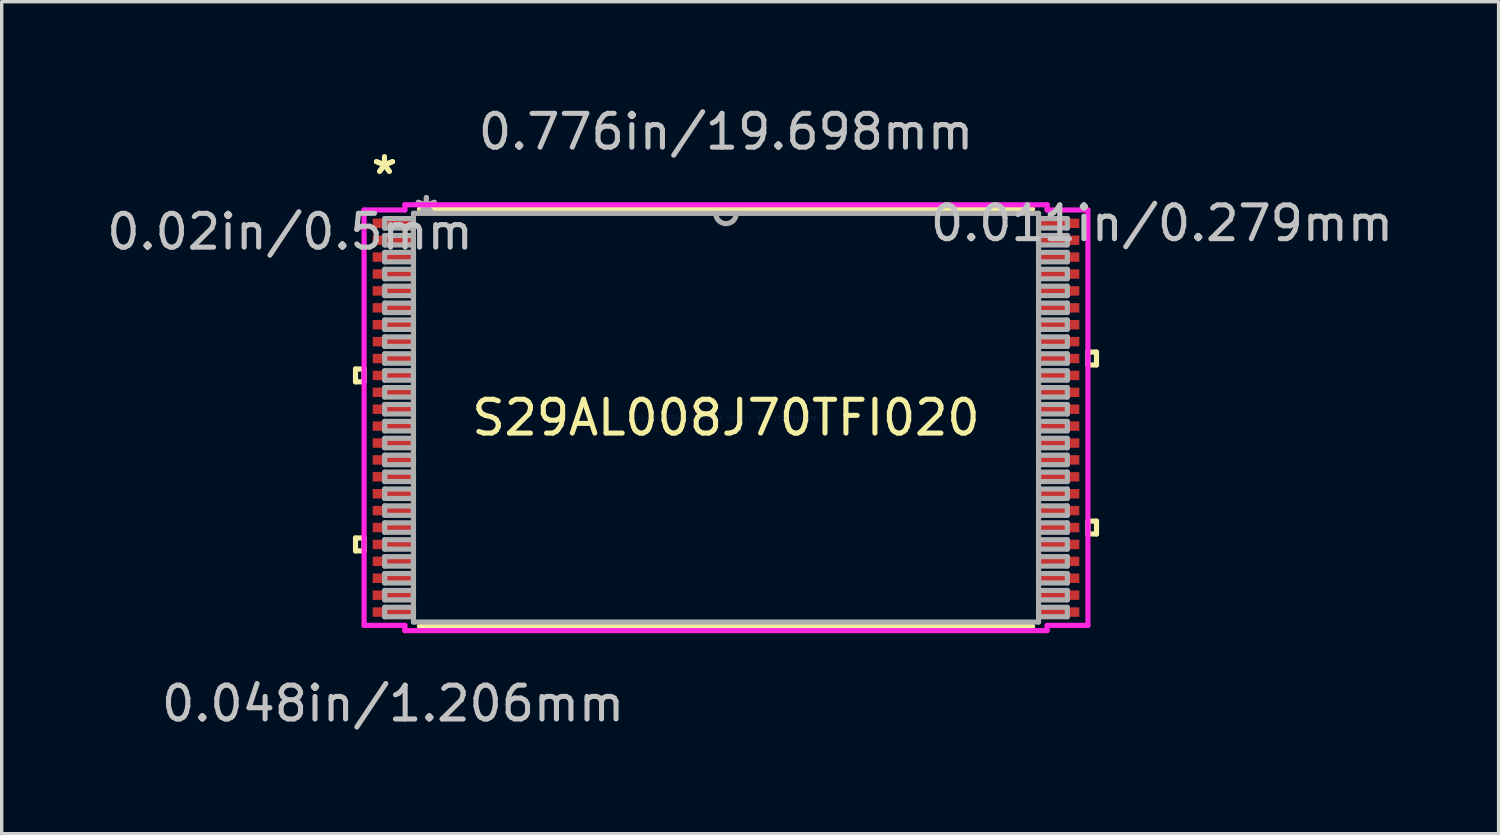
<source format=kicad_pcb>
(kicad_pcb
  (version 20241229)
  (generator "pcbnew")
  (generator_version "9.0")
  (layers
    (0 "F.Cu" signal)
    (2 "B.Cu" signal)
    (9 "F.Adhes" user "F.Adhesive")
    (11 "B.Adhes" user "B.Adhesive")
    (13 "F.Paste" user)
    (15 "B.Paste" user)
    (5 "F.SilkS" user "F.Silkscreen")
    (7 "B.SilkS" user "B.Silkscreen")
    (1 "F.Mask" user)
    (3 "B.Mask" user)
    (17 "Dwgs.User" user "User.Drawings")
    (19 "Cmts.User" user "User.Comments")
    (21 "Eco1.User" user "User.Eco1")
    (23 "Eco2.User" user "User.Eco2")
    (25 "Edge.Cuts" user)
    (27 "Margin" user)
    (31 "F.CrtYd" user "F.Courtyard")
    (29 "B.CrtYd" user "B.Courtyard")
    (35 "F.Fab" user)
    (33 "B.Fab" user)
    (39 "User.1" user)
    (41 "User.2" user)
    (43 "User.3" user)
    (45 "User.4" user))
  (footprint "S29AL008J70TFI020"
    (layer "F.Cu")
    (at 18.427 9.306)
    (property "Reference" "S29AL008J70TFI020" (at 0 0 0) (layer "F.SilkS") (effects (font (size 1 1) (thickness 0.15))))
    (attr through_hole)
    (fp_line (start -10.96 -1.44) (end -10.96 -1.06) (stroke (width 0.152) (type solid)) (layer "F.SilkS"))
    (fp_line (start -10.96 -1.06) (end -10.706 -1.06) (stroke (width 0.152) (type solid)) (layer "F.SilkS"))
    (fp_line (start -10.96 3.559) (end -10.96 3.941) (stroke (width 0.152) (type solid)) (layer "F.SilkS"))
    (fp_line (start -10.96 3.941) (end -10.706 3.941) (stroke (width 0.152) (type solid)) (layer "F.SilkS"))
    (fp_line (start -10.706 -1.44) (end -10.96 -1.44) (stroke (width 0.152) (type solid)) (layer "F.SilkS"))
    (fp_line (start -10.706 -1.06) (end -10.706 -1.44) (stroke (width 0.152) (type solid)) (layer "F.SilkS"))
    (fp_line (start -10.706 3.559) (end -10.96 3.559) (stroke (width 0.152) (type solid)) (layer "F.SilkS"))
    (fp_line (start -10.706 3.941) (end -10.706 3.559) (stroke (width 0.152) (type solid)) (layer "F.SilkS"))
    (fp_line (start -9.07 6.172) (end 9.07 6.172) (stroke (width 0.152) (type solid)) (layer "F.SilkS"))
    (fp_line (start 9.07 -6.172) (end -9.07 -6.172) (stroke (width 0.152) (type solid)) (layer "F.SilkS"))
    (fp_line (start 10.706 -1.941) (end 10.96 -1.941) (stroke (width 0.152) (type solid)) (layer "F.SilkS"))
    (fp_line (start 10.706 -1.56) (end 10.706 -1.941) (stroke (width 0.152) (type solid)) (layer "F.SilkS"))
    (fp_line (start 10.706 3.06) (end 10.96 3.06) (stroke (width 0.152) (type solid)) (layer "F.SilkS"))
    (fp_line (start 10.706 3.441) (end 10.706 3.06) (stroke (width 0.152) (type solid)) (layer "F.SilkS"))
    (fp_line (start 10.96 -1.941) (end 10.96 -1.56) (stroke (width 0.152) (type solid)) (layer "F.SilkS"))
    (fp_line (start 10.96 -1.56) (end 10.706 -1.56) (stroke (width 0.152) (type solid)) (layer "F.SilkS"))
    (fp_line (start 10.96 3.06) (end 10.96 3.441) (stroke (width 0.152) (type solid)) (layer "F.SilkS"))
    (fp_line (start 10.96 3.441) (end 10.706 3.441) (stroke (width 0.152) (type solid)) (layer "F.SilkS"))
    (fp_line (start -10.706 -6.144) (end -9.5 -6.144) (stroke (width 0.152) (type solid)) (layer "F.CrtYd"))
    (fp_line (start -10.706 6.144) (end -10.706 -6.144) (stroke (width 0.152) (type solid)) (layer "F.CrtYd"))
    (fp_line (start -9.5 -6.299) (end 9.5 -6.299) (stroke (width 0.152) (type solid)) (layer "F.CrtYd"))
    (fp_line (start -9.5 -6.144) (end -9.5 -6.299) (stroke (width 0.152) (type solid)) (layer "F.CrtYd"))
    (fp_line (start -9.5 6.144) (end -10.706 6.144) (stroke (width 0.152) (type solid)) (layer "F.CrtYd"))
    (fp_line (start -9.5 6.299) (end -9.5 6.144) (stroke (width 0.152) (type solid)) (layer "F.CrtYd"))
    (fp_line (start 9.5 -6.299) (end 9.5 -6.144) (stroke (width 0.152) (type solid)) (layer "F.CrtYd"))
    (fp_line (start 9.5 -6.144) (end 10.706 -6.144) (stroke (width 0.152) (type solid)) (layer "F.CrtYd"))
    (fp_line (start 9.5 6.144) (end 9.5 6.299) (stroke (width 0.152) (type solid)) (layer "F.CrtYd"))
    (fp_line (start 9.5 6.299) (end -9.5 6.299) (stroke (width 0.152) (type solid)) (layer "F.CrtYd"))
    (fp_line (start 10.706 -6.144) (end 10.706 6.144) (stroke (width 0.152) (type solid)) (layer "F.CrtYd"))
    (fp_line (start 10.706 6.144) (end 9.5 6.144) (stroke (width 0.152) (type solid)) (layer "F.CrtYd"))
    (fp_line (start -10.097 -5.89) (end -10.097 -5.61) (stroke (width 0.152) (type solid)) (layer "F.Fab"))
    (fp_line (start -10.097 -5.61) (end -9.246 -5.61) (stroke (width 0.152) (type solid)) (layer "F.Fab"))
    (fp_line (start -10.097 -5.39) (end -10.097 -5.11) (stroke (width 0.152) (type solid)) (layer "F.Fab"))
    (fp_line (start -10.097 -5.11) (end -9.246 -5.11) (stroke (width 0.152) (type solid)) (layer "F.Fab"))
    (fp_line (start -10.097 -4.89) (end -10.097 -4.61) (stroke (width 0.152) (type solid)) (layer "F.Fab"))
    (fp_line (start -10.097 -4.61) (end -9.246 -4.61) (stroke (width 0.152) (type solid)) (layer "F.Fab"))
    (fp_line (start -10.097 -4.39) (end -10.097 -4.11) (stroke (width 0.152) (type solid)) (layer "F.Fab"))
    (fp_line (start -10.097 -4.11) (end -9.246 -4.11) (stroke (width 0.152) (type solid)) (layer "F.Fab"))
    (fp_line (start -10.097 -3.89) (end -10.097 -3.61) (stroke (width 0.152) (type solid)) (layer "F.Fab"))
    (fp_line (start -10.097 -3.61) (end -9.246 -3.61) (stroke (width 0.152) (type solid)) (layer "F.Fab"))
    (fp_line (start -10.097 -3.39) (end -10.097 -3.11) (stroke (width 0.152) (type solid)) (layer "F.Fab"))
    (fp_line (start -10.097 -3.11) (end -9.246 -3.11) (stroke (width 0.152) (type solid)) (layer "F.Fab"))
    (fp_line (start -10.097 -2.89) (end -10.097 -2.61) (stroke (width 0.152) (type solid)) (layer "F.Fab"))
    (fp_line (start -10.097 -2.61) (end -9.246 -2.61) (stroke (width 0.152) (type solid)) (layer "F.Fab"))
    (fp_line (start -10.097 -2.39) (end -10.097 -2.11) (stroke (width 0.152) (type solid)) (layer "F.Fab"))
    (fp_line (start -10.097 -2.11) (end -9.246 -2.11) (stroke (width 0.152) (type solid)) (layer "F.Fab"))
    (fp_line (start -10.097 -1.89) (end -10.097 -1.61) (stroke (width 0.152) (type solid)) (layer "F.Fab"))
    (fp_line (start -10.097 -1.61) (end -9.246 -1.61) (stroke (width 0.152) (type solid)) (layer "F.Fab"))
    (fp_line (start -10.097 -1.39) (end -10.097 -1.11) (stroke (width 0.152) (type solid)) (layer "F.Fab"))
    (fp_line (start -10.097 -1.11) (end -9.246 -1.11) (stroke (width 0.152) (type solid)) (layer "F.Fab"))
    (fp_line (start -10.097 -0.89) (end -10.097 -0.61) (stroke (width 0.152) (type solid)) (layer "F.Fab"))
    (fp_line (start -10.097 -0.61) (end -9.246 -0.61) (stroke (width 0.152) (type solid)) (layer "F.Fab"))
    (fp_line (start -10.097 -0.39) (end -10.097 -0.11) (stroke (width 0.152) (type solid)) (layer "F.Fab"))
    (fp_line (start -10.097 -0.11) (end -9.246 -0.11) (stroke (width 0.152) (type solid)) (layer "F.Fab"))
    (fp_line (start -10.097 0.11) (end -10.097 0.39) (stroke (width 0.152) (type solid)) (layer "F.Fab"))
    (fp_line (start -10.097 0.39) (end -9.246 0.39) (stroke (width 0.152) (type solid)) (layer "F.Fab"))
    (fp_line (start -10.097 0.61) (end -10.097 0.89) (stroke (width 0.152) (type solid)) (layer "F.Fab"))
    (fp_line (start -10.097 0.89) (end -9.246 0.89) (stroke (width 0.152) (type solid)) (layer "F.Fab"))
    (fp_line (start -10.097 1.11) (end -10.097 1.39) (stroke (width 0.152) (type solid)) (layer "F.Fab"))
    (fp_line (start -10.097 1.39) (end -9.246 1.39) (stroke (width 0.152) (type solid)) (layer "F.Fab"))
    (fp_line (start -10.097 1.61) (end -10.097 1.89) (stroke (width 0.152) (type solid)) (layer "F.Fab"))
    (fp_line (start -10.097 1.89) (end -9.246 1.89) (stroke (width 0.152) (type solid)) (layer "F.Fab"))
    (fp_line (start -10.097 2.11) (end -10.097 2.39) (stroke (width 0.152) (type solid)) (layer "F.Fab"))
    (fp_line (start -10.097 2.39) (end -9.246 2.39) (stroke (width 0.152) (type solid)) (layer "F.Fab"))
    (fp_line (start -10.097 2.61) (end -10.097 2.89) (stroke (width 0.152) (type solid)) (layer "F.Fab"))
    (fp_line (start -10.097 2.89) (end -9.246 2.89) (stroke (width 0.152) (type solid)) (layer "F.Fab"))
    (fp_line (start -10.097 3.11) (end -10.097 3.39) (stroke (width 0.152) (type solid)) (layer "F.Fab"))
    (fp_line (start -10.097 3.39) (end -9.246 3.39) (stroke (width 0.152) (type solid)) (layer "F.Fab"))
    (fp_line (start -10.097 3.61) (end -10.097 3.89) (stroke (width 0.152) (type solid)) (layer "F.Fab"))
    (fp_line (start -10.097 3.89) (end -9.246 3.89) (stroke (width 0.152) (type solid)) (layer "F.Fab"))
    (fp_line (start -10.097 4.11) (end -10.097 4.39) (stroke (width 0.152) (type solid)) (layer "F.Fab"))
    (fp_line (start -10.097 4.39) (end -9.246 4.39) (stroke (width 0.152) (type solid)) (layer "F.Fab"))
    (fp_line (start -10.097 4.61) (end -10.097 4.89) (stroke (width 0.152) (type solid)) (layer "F.Fab"))
    (fp_line (start -10.097 4.89) (end -9.246 4.89) (stroke (width 0.152) (type solid)) (layer "F.Fab"))
    (fp_line (start -10.097 5.11) (end -10.097 5.39) (stroke (width 0.152) (type solid)) (layer "F.Fab"))
    (fp_line (start -10.097 5.39) (end -9.246 5.39) (stroke (width 0.152) (type solid)) (layer "F.Fab"))
    (fp_line (start -10.097 5.61) (end -10.097 5.89) (stroke (width 0.152) (type solid)) (layer "F.Fab"))
    (fp_line (start -10.097 5.89) (end -9.246 5.89) (stroke (width 0.152) (type solid)) (layer "F.Fab"))
    (fp_line (start -9.246 -6.045) (end -9.246 6.045) (stroke (width 0.152) (type solid)) (layer "F.Fab"))
    (fp_line (start -9.246 -5.89) (end -10.097 -5.89) (stroke (width 0.152) (type solid)) (layer "F.Fab"))
    (fp_line (start -9.246 -5.61) (end -9.246 -5.89) (stroke (width 0.152) (type solid)) (layer "F.Fab"))
    (fp_line (start -9.246 -5.39) (end -10.097 -5.39) (stroke (width 0.152) (type solid)) (layer "F.Fab"))
    (fp_line (start -9.246 -5.11) (end -9.246 -5.39) (stroke (width 0.152) (type solid)) (layer "F.Fab"))
    (fp_line (start -9.246 -4.89) (end -10.097 -4.89) (stroke (width 0.152) (type solid)) (layer "F.Fab"))
    (fp_line (start -9.246 -4.61) (end -9.246 -4.89) (stroke (width 0.152) (type solid)) (layer "F.Fab"))
    (fp_line (start -9.246 -4.39) (end -10.097 -4.39) (stroke (width 0.152) (type solid)) (layer "F.Fab"))
    (fp_line (start -9.246 -4.11) (end -9.246 -4.39) (stroke (width 0.152) (type solid)) (layer "F.Fab"))
    (fp_line (start -9.246 -3.89) (end -10.097 -3.89) (stroke (width 0.152) (type solid)) (layer "F.Fab"))
    (fp_line (start -9.246 -3.61) (end -9.246 -3.89) (stroke (width 0.152) (type solid)) (layer "F.Fab"))
    (fp_line (start -9.246 -3.39) (end -10.097 -3.39) (stroke (width 0.152) (type solid)) (layer "F.Fab"))
    (fp_line (start -9.246 -3.11) (end -9.246 -3.39) (stroke (width 0.152) (type solid)) (layer "F.Fab"))
    (fp_line (start -9.246 -2.89) (end -10.097 -2.89) (stroke (width 0.152) (type solid)) (layer "F.Fab"))
    (fp_line (start -9.246 -2.61) (end -9.246 -2.89) (stroke (width 0.152) (type solid)) (layer "F.Fab"))
    (fp_line (start -9.246 -2.39) (end -10.097 -2.39) (stroke (width 0.152) (type solid)) (layer "F.Fab"))
    (fp_line (start -9.246 -2.11) (end -9.246 -2.39) (stroke (width 0.152) (type solid)) (layer "F.Fab"))
    (fp_line (start -9.246 -1.89) (end -10.097 -1.89) (stroke (width 0.152) (type solid)) (layer "F.Fab"))
    (fp_line (start -9.246 -1.61) (end -9.246 -1.89) (stroke (width 0.152) (type solid)) (layer "F.Fab"))
    (fp_line (start -9.246 -1.39) (end -10.097 -1.39) (stroke (width 0.152) (type solid)) (layer "F.Fab"))
    (fp_line (start -9.246 -1.11) (end -9.246 -1.39) (stroke (width 0.152) (type solid)) (layer "F.Fab"))
    (fp_line (start -9.246 -0.89) (end -10.097 -0.89) (stroke (width 0.152) (type solid)) (layer "F.Fab"))
    (fp_line (start -9.246 -0.61) (end -9.246 -0.89) (stroke (width 0.152) (type solid)) (layer "F.Fab"))
    (fp_line (start -9.246 -0.39) (end -10.097 -0.39) (stroke (width 0.152) (type solid)) (layer "F.Fab"))
    (fp_line (start -9.246 -0.11) (end -9.246 -0.39) (stroke (width 0.152) (type solid)) (layer "F.Fab"))
    (fp_line (start -9.246 0.11) (end -10.097 0.11) (stroke (width 0.152) (type solid)) (layer "F.Fab"))
    (fp_line (start -9.246 0.39) (end -9.246 0.11) (stroke (width 0.152) (type solid)) (layer "F.Fab"))
    (fp_line (start -9.246 0.61) (end -10.097 0.61) (stroke (width 0.152) (type solid)) (layer "F.Fab"))
    (fp_line (start -9.246 0.89) (end -9.246 0.61) (stroke (width 0.152) (type solid)) (layer "F.Fab"))
    (fp_line (start -9.246 1.11) (end -10.097 1.11) (stroke (width 0.152) (type solid)) (layer "F.Fab"))
    (fp_line (start -9.246 1.39) (end -9.246 1.11) (stroke (width 0.152) (type solid)) (layer "F.Fab"))
    (fp_line (start -9.246 1.61) (end -10.097 1.61) (stroke (width 0.152) (type solid)) (layer "F.Fab"))
    (fp_line (start -9.246 1.89) (end -9.246 1.61) (stroke (width 0.152) (type solid)) (layer "F.Fab"))
    (fp_line (start -9.246 2.11) (end -10.097 2.11) (stroke (width 0.152) (type solid)) (layer "F.Fab"))
    (fp_line (start -9.246 2.39) (end -9.246 2.11) (stroke (width 0.152) (type solid)) (layer "F.Fab"))
    (fp_line (start -9.246 2.61) (end -10.097 2.61) (stroke (width 0.152) (type solid)) (layer "F.Fab"))
    (fp_line (start -9.246 2.89) (end -9.246 2.61) (stroke (width 0.152) (type solid)) (layer "F.Fab"))
    (fp_line (start -9.246 3.11) (end -10.097 3.11) (stroke (width 0.152) (type solid)) (layer "F.Fab"))
    (fp_line (start -9.246 3.39) (end -9.246 3.11) (stroke (width 0.152) (type solid)) (layer "F.Fab"))
    (fp_line (start -9.246 3.61) (end -10.097 3.61) (stroke (width 0.152) (type solid)) (layer "F.Fab"))
    (fp_line (start -9.246 3.89) (end -9.246 3.61) (stroke (width 0.152) (type solid)) (layer "F.Fab"))
    (fp_line (start -9.246 4.11) (end -10.097 4.11) (stroke (width 0.152) (type solid)) (layer "F.Fab"))
    (fp_line (start -9.246 4.39) (end -9.246 4.11) (stroke (width 0.152) (type solid)) (layer "F.Fab"))
    (fp_line (start -9.246 4.61) (end -10.097 4.61) (stroke (width 0.152) (type solid)) (layer "F.Fab"))
    (fp_line (start -9.246 4.89) (end -9.246 4.61) (stroke (width 0.152) (type solid)) (layer "F.Fab"))
    (fp_line (start -9.246 5.11) (end -10.097 5.11) (stroke (width 0.152) (type solid)) (layer "F.Fab"))
    (fp_line (start -9.246 5.39) (end -9.246 5.11) (stroke (width 0.152) (type solid)) (layer "F.Fab"))
    (fp_line (start -9.246 5.61) (end -10.097 5.61) (stroke (width 0.152) (type solid)) (layer "F.Fab"))
    (fp_line (start -9.246 5.89) (end -9.246 5.61) (stroke (width 0.152) (type solid)) (layer "F.Fab"))
    (fp_line (start -9.246 6.045) (end 9.246 6.045) (stroke (width 0.152) (type solid)) (layer "F.Fab"))
    (fp_line (start 9.246 -6.045) (end -9.246 -6.045) (stroke (width 0.152) (type solid)) (layer "F.Fab"))
    (fp_line (start 9.246 -5.89) (end 9.246 -5.61) (stroke (width 0.152) (type solid)) (layer "F.Fab"))
    (fp_line (start 9.246 -5.61) (end 10.097 -5.61) (stroke (width 0.152) (type solid)) (layer "F.Fab"))
    (fp_line (start 9.246 -5.39) (end 9.246 -5.11) (stroke (width 0.152) (type solid)) (layer "F.Fab"))
    (fp_line (start 9.246 -5.11) (end 10.097 -5.11) (stroke (width 0.152) (type solid)) (layer "F.Fab"))
    (fp_line (start 9.246 -4.89) (end 9.246 -4.61) (stroke (width 0.152) (type solid)) (layer "F.Fab"))
    (fp_line (start 9.246 -4.61) (end 10.097 -4.61) (stroke (width 0.152) (type solid)) (layer "F.Fab"))
    (fp_line (start 9.246 -4.39) (end 9.246 -4.11) (stroke (width 0.152) (type solid)) (layer "F.Fab"))
    (fp_line (start 9.246 -4.11) (end 10.097 -4.11) (stroke (width 0.152) (type solid)) (layer "F.Fab"))
    (fp_line (start 9.246 -3.89) (end 9.246 -3.61) (stroke (width 0.152) (type solid)) (layer "F.Fab"))
    (fp_line (start 9.246 -3.61) (end 10.097 -3.61) (stroke (width 0.152) (type solid)) (layer "F.Fab"))
    (fp_line (start 9.246 -3.39) (end 9.246 -3.11) (stroke (width 0.152) (type solid)) (layer "F.Fab"))
    (fp_line (start 9.246 -3.11) (end 10.097 -3.11) (stroke (width 0.152) (type solid)) (layer "F.Fab"))
    (fp_line (start 9.246 -2.89) (end 9.246 -2.61) (stroke (width 0.152) (type solid)) (layer "F.Fab"))
    (fp_line (start 9.246 -2.61) (end 10.097 -2.61) (stroke (width 0.152) (type solid)) (layer "F.Fab"))
    (fp_line (start 9.246 -2.39) (end 9.246 -2.11) (stroke (width 0.152) (type solid)) (layer "F.Fab"))
    (fp_line (start 9.246 -2.11) (end 10.097 -2.11) (stroke (width 0.152) (type solid)) (layer "F.Fab"))
    (fp_line (start 9.246 -1.89) (end 9.246 -1.61) (stroke (width 0.152) (type solid)) (layer "F.Fab"))
    (fp_line (start 9.246 -1.61) (end 10.097 -1.61) (stroke (width 0.152) (type solid)) (layer "F.Fab"))
    (fp_line (start 9.246 -1.39) (end 9.246 -1.11) (stroke (width 0.152) (type solid)) (layer "F.Fab"))
    (fp_line (start 9.246 -1.11) (end 10.097 -1.11) (stroke (width 0.152) (type solid)) (layer "F.Fab"))
    (fp_line (start 9.246 -0.89) (end 9.246 -0.61) (stroke (width 0.152) (type solid)) (layer "F.Fab"))
    (fp_line (start 9.246 -0.61) (end 10.097 -0.61) (stroke (width 0.152) (type solid)) (layer "F.Fab"))
    (fp_line (start 9.246 -0.39) (end 9.246 -0.11) (stroke (width 0.152) (type solid)) (layer "F.Fab"))
    (fp_line (start 9.246 -0.11) (end 10.097 -0.11) (stroke (width 0.152) (type solid)) (layer "F.Fab"))
    (fp_line (start 9.246 0.11) (end 9.246 0.39) (stroke (width 0.152) (type solid)) (layer "F.Fab"))
    (fp_line (start 9.246 0.39) (end 10.097 0.39) (stroke (width 0.152) (type solid)) (layer "F.Fab"))
    (fp_line (start 9.246 0.61) (end 9.246 0.89) (stroke (width 0.152) (type solid)) (layer "F.Fab"))
    (fp_line (start 9.246 0.89) (end 10.097 0.89) (stroke (width 0.152) (type solid)) (layer "F.Fab"))
    (fp_line (start 9.246 1.11) (end 9.246 1.39) (stroke (width 0.152) (type solid)) (layer "F.Fab"))
    (fp_line (start 9.246 1.39) (end 10.097 1.39) (stroke (width 0.152) (type solid)) (layer "F.Fab"))
    (fp_line (start 9.246 1.61) (end 9.246 1.89) (stroke (width 0.152) (type solid)) (layer "F.Fab"))
    (fp_line (start 9.246 1.89) (end 10.097 1.89) (stroke (width 0.152) (type solid)) (layer "F.Fab"))
    (fp_line (start 9.246 2.11) (end 9.246 2.39) (stroke (width 0.152) (type solid)) (layer "F.Fab"))
    (fp_line (start 9.246 2.39) (end 10.097 2.39) (stroke (width 0.152) (type solid)) (layer "F.Fab"))
    (fp_line (start 9.246 2.61) (end 9.246 2.89) (stroke (width 0.152) (type solid)) (layer "F.Fab"))
    (fp_line (start 9.246 2.89) (end 10.097 2.89) (stroke (width 0.152) (type solid)) (layer "F.Fab"))
    (fp_line (start 9.246 3.11) (end 9.246 3.39) (stroke (width 0.152) (type solid)) (layer "F.Fab"))
    (fp_line (start 9.246 3.39) (end 10.097 3.39) (stroke (width 0.152) (type solid)) (layer "F.Fab"))
    (fp_line (start 9.246 3.61) (end 9.246 3.89) (stroke (width 0.152) (type solid)) (layer "F.Fab"))
    (fp_line (start 9.246 3.89) (end 10.097 3.89) (stroke (width 0.152) (type solid)) (layer "F.Fab"))
    (fp_line (start 9.246 4.11) (end 9.246 4.39) (stroke (width 0.152) (type solid)) (layer "F.Fab"))
    (fp_line (start 9.246 4.39) (end 10.097 4.39) (stroke (width 0.152) (type solid)) (layer "F.Fab"))
    (fp_line (start 9.246 4.61) (end 9.246 4.89) (stroke (width 0.152) (type solid)) (layer "F.Fab"))
    (fp_line (start 9.246 4.89) (end 10.097 4.89) (stroke (width 0.152) (type solid)) (layer "F.Fab"))
    (fp_line (start 9.246 5.11) (end 9.246 5.39) (stroke (width 0.152) (type solid)) (layer "F.Fab"))
    (fp_line (start 9.246 5.39) (end 10.097 5.39) (stroke (width 0.152) (type solid)) (layer "F.Fab"))
    (fp_line (start 9.246 5.61) (end 9.246 5.89) (stroke (width 0.152) (type solid)) (layer "F.Fab"))
    (fp_line (start 9.246 5.89) (end 10.097 5.89) (stroke (width 0.152) (type solid)) (layer "F.Fab"))
    (fp_line (start 9.246 6.045) (end 9.246 -6.045) (stroke (width 0.152) (type solid)) (layer "F.Fab"))
    (fp_line (start 10.097 -5.89) (end 9.246 -5.89) (stroke (width 0.152) (type solid)) (layer "F.Fab"))
    (fp_line (start 10.097 -5.61) (end 10.097 -5.89) (stroke (width 0.152) (type solid)) (layer "F.Fab"))
    (fp_line (start 10.097 -5.39) (end 9.246 -5.39) (stroke (width 0.152) (type solid)) (layer "F.Fab"))
    (fp_line (start 10.097 -5.11) (end 10.097 -5.39) (stroke (width 0.152) (type solid)) (layer "F.Fab"))
    (fp_line (start 10.097 -4.89) (end 9.246 -4.89) (stroke (width 0.152) (type solid)) (layer "F.Fab"))
    (fp_line (start 10.097 -4.61) (end 10.097 -4.89) (stroke (width 0.152) (type solid)) (layer "F.Fab"))
    (fp_line (start 10.097 -4.39) (end 9.246 -4.39) (stroke (width 0.152) (type solid)) (layer "F.Fab"))
    (fp_line (start 10.097 -4.11) (end 10.097 -4.39) (stroke (width 0.152) (type solid)) (layer "F.Fab"))
    (fp_line (start 10.097 -3.89) (end 9.246 -3.89) (stroke (width 0.152) (type solid)) (layer "F.Fab"))
    (fp_line (start 10.097 -3.61) (end 10.097 -3.89) (stroke (width 0.152) (type solid)) (layer "F.Fab"))
    (fp_line (start 10.097 -3.39) (end 9.246 -3.39) (stroke (width 0.152) (type solid)) (layer "F.Fab"))
    (fp_line (start 10.097 -3.11) (end 10.097 -3.39) (stroke (width 0.152) (type solid)) (layer "F.Fab"))
    (fp_line (start 10.097 -2.89) (end 9.246 -2.89) (stroke (width 0.152) (type solid)) (layer "F.Fab"))
    (fp_line (start 10.097 -2.61) (end 10.097 -2.89) (stroke (width 0.152) (type solid)) (layer "F.Fab"))
    (fp_line (start 10.097 -2.39) (end 9.246 -2.39) (stroke (width 0.152) (type solid)) (layer "F.Fab"))
    (fp_line (start 10.097 -2.11) (end 10.097 -2.39) (stroke (width 0.152) (type solid)) (layer "F.Fab"))
    (fp_line (start 10.097 -1.89) (end 9.246 -1.89) (stroke (width 0.152) (type solid)) (layer "F.Fab"))
    (fp_line (start 10.097 -1.61) (end 10.097 -1.89) (stroke (width 0.152) (type solid)) (layer "F.Fab"))
    (fp_line (start 10.097 -1.39) (end 9.246 -1.39) (stroke (width 0.152) (type solid)) (layer "F.Fab"))
    (fp_line (start 10.097 -1.11) (end 10.097 -1.39) (stroke (width 0.152) (type solid)) (layer "F.Fab"))
    (fp_line (start 10.097 -0.89) (end 9.246 -0.89) (stroke (width 0.152) (type solid)) (layer "F.Fab"))
    (fp_line (start 10.097 -0.61) (end 10.097 -0.89) (stroke (width 0.152) (type solid)) (layer "F.Fab"))
    (fp_line (start 10.097 -0.39) (end 9.246 -0.39) (stroke (width 0.152) (type solid)) (layer "F.Fab"))
    (fp_line (start 10.097 -0.11) (end 10.097 -0.39) (stroke (width 0.152) (type solid)) (layer "F.Fab"))
    (fp_line (start 10.097 0.11) (end 9.246 0.11) (stroke (width 0.152) (type solid)) (layer "F.Fab"))
    (fp_line (start 10.097 0.39) (end 10.097 0.11) (stroke (width 0.152) (type solid)) (layer "F.Fab"))
    (fp_line (start 10.097 0.61) (end 9.246 0.61) (stroke (width 0.152) (type solid)) (layer "F.Fab"))
    (fp_line (start 10.097 0.89) (end 10.097 0.61) (stroke (width 0.152) (type solid)) (layer "F.Fab"))
    (fp_line (start 10.097 1.11) (end 9.246 1.11) (stroke (width 0.152) (type solid)) (layer "F.Fab"))
    (fp_line (start 10.097 1.39) (end 10.097 1.11) (stroke (width 0.152) (type solid)) (layer "F.Fab"))
    (fp_line (start 10.097 1.61) (end 9.246 1.61) (stroke (width 0.152) (type solid)) (layer "F.Fab"))
    (fp_line (start 10.097 1.89) (end 10.097 1.61) (stroke (width 0.152) (type solid)) (layer "F.Fab"))
    (fp_line (start 10.097 2.11) (end 9.246 2.11) (stroke (width 0.152) (type solid)) (layer "F.Fab"))
    (fp_line (start 10.097 2.39) (end 10.097 2.11) (stroke (width 0.152) (type solid)) (layer "F.Fab"))
    (fp_line (start 10.097 2.61) (end 9.246 2.61) (stroke (width 0.152) (type solid)) (layer "F.Fab"))
    (fp_line (start 10.097 2.89) (end 10.097 2.61) (stroke (width 0.152) (type solid)) (layer "F.Fab"))
    (fp_line (start 10.097 3.11) (end 9.246 3.11) (stroke (width 0.152) (type solid)) (layer "F.Fab"))
    (fp_line (start 10.097 3.39) (end 10.097 3.11) (stroke (width 0.152) (type solid)) (layer "F.Fab"))
    (fp_line (start 10.097 3.61) (end 9.246 3.61) (stroke (width 0.152) (type solid)) (layer "F.Fab"))
    (fp_line (start 10.097 3.89) (end 10.097 3.61) (stroke (width 0.152) (type solid)) (layer "F.Fab"))
    (fp_line (start 10.097 4.11) (end 9.246 4.11) (stroke (width 0.152) (type solid)) (layer "F.Fab"))
    (fp_line (start 10.097 4.39) (end 10.097 4.11) (stroke (width 0.152) (type solid)) (layer "F.Fab"))
    (fp_line (start 10.097 4.61) (end 9.246 4.61) (stroke (width 0.152) (type solid)) (layer "F.Fab"))
    (fp_line (start 10.097 4.89) (end 10.097 4.61) (stroke (width 0.152) (type solid)) (layer "F.Fab"))
    (fp_line (start 10.097 5.11) (end 9.246 5.11) (stroke (width 0.152) (type solid)) (layer "F.Fab"))
    (fp_line (start 10.097 5.39) (end 10.097 5.11) (stroke (width 0.152) (type solid)) (layer "F.Fab"))
    (fp_line (start 10.097 5.61) (end 9.246 5.61) (stroke (width 0.152) (type solid)) (layer "F.Fab"))
    (fp_line (start 10.097 5.89) (end 10.097 5.61) (stroke (width 0.152) (type solid)) (layer "F.Fab"))
    (fp_arc (start 0.3048 -6.0452) (mid 0 -5.7404) (end -0.3048 -6.0452) (stroke (width 0.1524) (type solid)) (layer "F.Fab"))
    (fp_text user "*" (at -10.103 -7.172 0) (layer "F.SilkS") (effects (font (size 1 1) (thickness 0.15))))
    (fp_text user "*" (at -10.103 -7.172 0) (layer "F.SilkS") (effects (font (size 1 1) (thickness 0.15))))
    (fp_text user "0.776in/19.698mm" (at 0 -8.458 0) (layer "Dwgs.User") (effects (font (size 1 1) (thickness 0.15))))
    (fp_text user "0.048in/1.206mm" (at -9.849 8.458 0) (layer "Dwgs.User") (effects (font (size 1 1) (thickness 0.15))))
    (fp_text user "0.02in/0.5mm" (at -12.897 -5.5 0) (layer "Dwgs.User") (effects (font (size 1 1) (thickness 0.15))))
    (fp_text user "0.011in/0.279mm" (at 12.897 -5.75 0) (layer "Dwgs.User") (effects (font (size 1 1) (thickness 0.15))))
    (fp_text user "Copyright 2016 Accelerated Designs. All rights reserved." (at 0 0 0) (layer "Cmts.User") (effects (font (size 0.127 0.127) (thickness 0.002))))
    (fp_text user "*" (at -8.865 -5.969 0) (layer "F.Fab") (effects (font (size 1 1) (thickness 0.15))))
    (fp_text user "*" (at -8.865 -5.969 0) (layer "F.Fab") (effects (font (size 1 1) (thickness 0.15))))
    (pad "1" smd rect (at -9.849 -5.75) (size 1.206 0.279) (layers "F.Cu" "F.Mask" "F.Paste"))
    (pad "2" smd rect (at -9.849 -5.25) (size 1.206 0.279) (layers "F.Cu" "F.Mask" "F.Paste"))
    (pad "3" smd rect (at -9.849 -4.75) (size 1.206 0.279) (layers "F.Cu" "F.Mask" "F.Paste"))
    (pad "4" smd rect (at -9.849 -4.25) (size 1.206 0.279) (layers "F.Cu" "F.Mask" "F.Paste"))
    (pad "5" smd rect (at -9.849 -3.75) (size 1.206 0.279) (layers "F.Cu" "F.Mask" "F.Paste"))
    (pad "6" smd rect (at -9.849 -3.25) (size 1.206 0.279) (layers "F.Cu" "F.Mask" "F.Paste"))
    (pad "7" smd rect (at -9.849 -2.75) (size 1.206 0.279) (layers "F.Cu" "F.Mask" "F.Paste"))
    (pad "8" smd rect (at -9.849 -2.25) (size 1.206 0.279) (layers "F.Cu" "F.Mask" "F.Paste"))
    (pad "9" smd rect (at -9.849 -1.75) (size 1.206 0.279) (layers "F.Cu" "F.Mask" "F.Paste"))
    (pad "10" smd rect (at -9.849 -1.25) (size 1.206 0.279) (layers "F.Cu" "F.Mask" "F.Paste"))
    (pad "11" smd rect (at -9.849 -0.75) (size 1.206 0.279) (layers "F.Cu" "F.Mask" "F.Paste"))
    (pad "12" smd rect (at -9.849 -0.25) (size 1.206 0.279) (layers "F.Cu" "F.Mask" "F.Paste"))
    (pad "13" smd rect (at -9.849 0.25) (size 1.206 0.279) (layers "F.Cu" "F.Mask" "F.Paste"))
    (pad "14" smd rect (at -9.849 0.75) (size 1.206 0.279) (layers "F.Cu" "F.Mask" "F.Paste"))
    (pad "15" smd rect (at -9.849 1.25) (size 1.206 0.279) (layers "F.Cu" "F.Mask" "F.Paste"))
    (pad "16" smd rect (at -9.849 1.75) (size 1.206 0.279) (layers "F.Cu" "F.Mask" "F.Paste"))
    (pad "17" smd rect (at -9.849 2.25) (size 1.206 0.279) (layers "F.Cu" "F.Mask" "F.Paste"))
    (pad "18" smd rect (at -9.849 2.75) (size 1.206 0.279) (layers "F.Cu" "F.Mask" "F.Paste"))
    (pad "19" smd rect (at -9.849 3.25) (size 1.206 0.279) (layers "F.Cu" "F.Mask" "F.Paste"))
    (pad "20" smd rect (at -9.849 3.75) (size 1.206 0.279) (layers "F.Cu" "F.Mask" "F.Paste"))
    (pad "21" smd rect (at -9.849 4.25) (size 1.206 0.279) (layers "F.Cu" "F.Mask" "F.Paste"))
    (pad "22" smd rect (at -9.849 4.75) (size 1.206 0.279) (layers "F.Cu" "F.Mask" "F.Paste"))
    (pad "23" smd rect (at -9.849 5.25) (size 1.206 0.279) (layers "F.Cu" "F.Mask" "F.Paste"))
    (pad "24" smd rect (at -9.849 5.75) (size 1.206 0.279) (layers "F.Cu" "F.Mask" "F.Paste"))
    (pad "25" smd rect (at 9.849 5.75) (size 1.206 0.279) (layers "F.Cu" "F.Mask" "F.Paste"))
    (pad "26" smd rect (at 9.849 5.25) (size 1.206 0.279) (layers "F.Cu" "F.Mask" "F.Paste"))
    (pad "27" smd rect (at 9.849 4.75) (size 1.206 0.279) (layers "F.Cu" "F.Mask" "F.Paste"))
    (pad "28" smd rect (at 9.849 4.25) (size 1.206 0.279) (layers "F.Cu" "F.Mask" "F.Paste"))
    (pad "29" smd rect (at 9.849 3.75) (size 1.206 0.279) (layers "F.Cu" "F.Mask" "F.Paste"))
    (pad "30" smd rect (at 9.849 3.25) (size 1.206 0.279) (layers "F.Cu" "F.Mask" "F.Paste"))
    (pad "31" smd rect (at 9.849 2.75) (size 1.206 0.279) (layers "F.Cu" "F.Mask" "F.Paste"))
    (pad "32" smd rect (at 9.849 2.25) (size 1.206 0.279) (layers "F.Cu" "F.Mask" "F.Paste"))
    (pad "33" smd rect (at 9.849 1.75) (size 1.206 0.279) (layers "F.Cu" "F.Mask" "F.Paste"))
    (pad "34" smd rect (at 9.849 1.25) (size 1.206 0.279) (layers "F.Cu" "F.Mask" "F.Paste"))
    (pad "35" smd rect (at 9.849 0.75) (size 1.206 0.279) (layers "F.Cu" "F.Mask" "F.Paste"))
    (pad "36" smd rect (at 9.849 0.25) (size 1.206 0.279) (layers "F.Cu" "F.Mask" "F.Paste"))
    (pad "37" smd rect (at 9.849 -0.25) (size 1.206 0.279) (layers "F.Cu" "F.Mask" "F.Paste"))
    (pad "38" smd rect (at 9.849 -0.75) (size 1.206 0.279) (layers "F.Cu" "F.Mask" "F.Paste"))
    (pad "39" smd rect (at 9.849 -1.25) (size 1.206 0.279) (layers "F.Cu" "F.Mask" "F.Paste"))
    (pad "40" smd rect (at 9.849 -1.75) (size 1.206 0.279) (layers "F.Cu" "F.Mask" "F.Paste"))
    (pad "41" smd rect (at 9.849 -2.25) (size 1.206 0.279) (layers "F.Cu" "F.Mask" "F.Paste"))
    (pad "42" smd rect (at 9.849 -2.75) (size 1.206 0.279) (layers "F.Cu" "F.Mask" "F.Paste"))
    (pad "43" smd rect (at 9.849 -3.25) (size 1.206 0.279) (layers "F.Cu" "F.Mask" "F.Paste"))
    (pad "44" smd rect (at 9.849 -3.75) (size 1.206 0.279) (layers "F.Cu" "F.Mask" "F.Paste"))
    (pad "45" smd rect (at 9.849 -4.25) (size 1.206 0.279) (layers "F.Cu" "F.Mask" "F.Paste"))
    (pad "46" smd rect (at 9.849 -4.75) (size 1.206 0.279) (layers "F.Cu" "F.Mask" "F.Paste"))
    (pad "47" smd rect (at 9.849 -5.25) (size 1.206 0.279) (layers "F.Cu" "F.Mask" "F.Paste"))
    (pad "48" smd rect (at 9.849 -5.75) (size 1.206 0.279) (layers "F.Cu" "F.Mask" "F.Paste")))
  (gr_rect
    (start -3 -3)
    (end 41.282 21.613)
    (stroke (width 0.1) (type default))
    (fill no)
    (layer "Edge.Cuts")))
</source>
